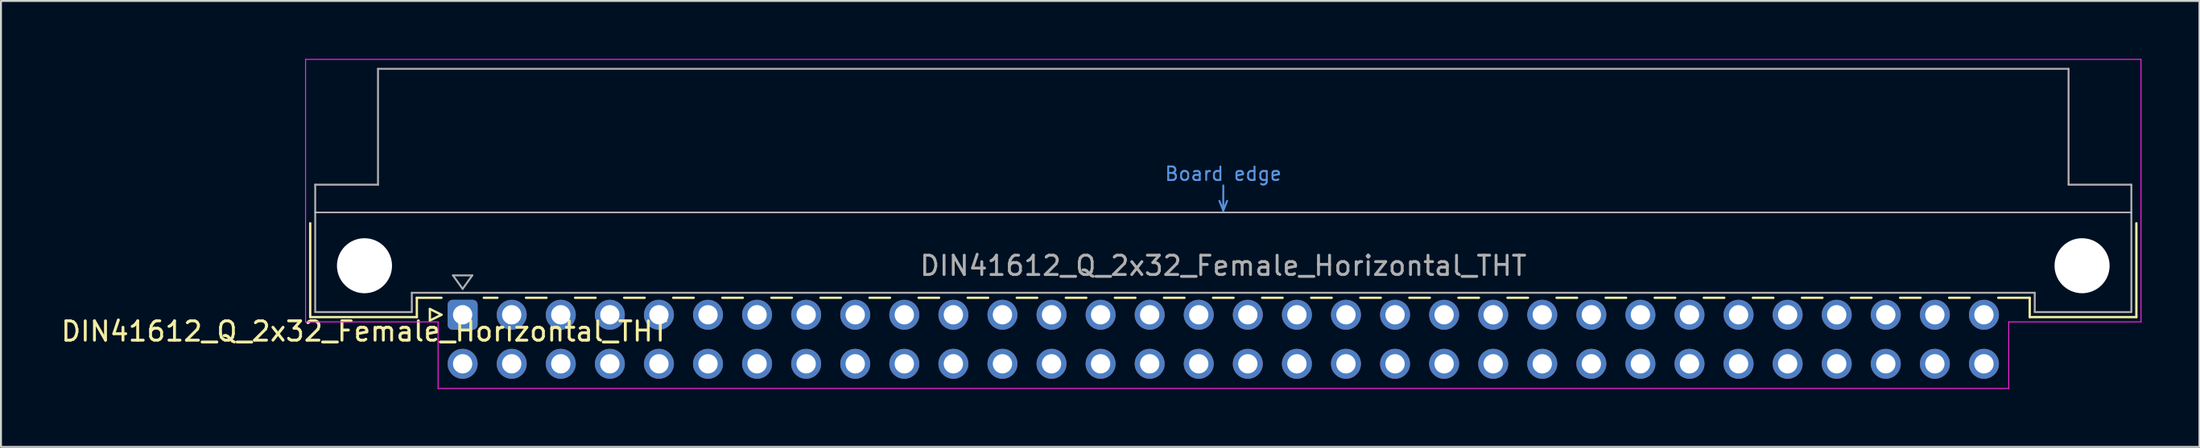
<source format=kicad_pcb>
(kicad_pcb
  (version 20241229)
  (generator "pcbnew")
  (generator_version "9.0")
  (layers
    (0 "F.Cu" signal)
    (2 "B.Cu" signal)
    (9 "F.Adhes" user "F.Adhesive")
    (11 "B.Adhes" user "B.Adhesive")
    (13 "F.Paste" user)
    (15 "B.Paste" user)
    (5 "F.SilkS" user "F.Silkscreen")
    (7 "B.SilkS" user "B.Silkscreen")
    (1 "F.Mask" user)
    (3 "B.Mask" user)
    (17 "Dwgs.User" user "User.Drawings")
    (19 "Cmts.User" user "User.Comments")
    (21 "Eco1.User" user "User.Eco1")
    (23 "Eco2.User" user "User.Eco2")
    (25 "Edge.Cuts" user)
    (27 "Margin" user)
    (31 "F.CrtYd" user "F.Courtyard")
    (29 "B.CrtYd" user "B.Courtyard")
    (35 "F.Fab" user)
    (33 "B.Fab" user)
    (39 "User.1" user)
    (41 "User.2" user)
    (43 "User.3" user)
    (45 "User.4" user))
  (footprint "DIN41612_Q_2x32_Female_Horizontal_THT"
    (layer "F.Cu")
    (at 20.895 13.255)
    (property "Reference" "DIN41612_Q_2x32_Female_Horizontal_THT" (at -5.08 0.86 0) (layer "F.SilkS") (effects (font (size 1 1) (thickness 0.15))))
    (attr through_hole)
    (fp_line (start -7.89 -4.74) (end -7.89 0.12) (stroke (width 0.12) (type solid)) (layer "F.SilkS"))
    (fp_line (start -7.89 0.12) (end -2.37 0.12) (stroke (width 0.12) (type solid)) (layer "F.SilkS"))
    (fp_line (start -2.371 -0.88) (end -1.095 -0.88) (stroke (width 0.12) (type solid)) (layer "F.SilkS"))
    (fp_line (start -2.37 0.12) (end -2.37 -0.88) (stroke (width 0.12) (type solid)) (layer "F.SilkS"))
    (fp_line (start -1.695 -0.3) (end -1.695 0.3) (stroke (width 0.12) (type solid)) (layer "F.SilkS"))
    (fp_line (start -1.695 0.3) (end -1.095 0) (stroke (width 0.12) (type solid)) (layer "F.SilkS"))
    (fp_line (start -1.095 0) (end -1.695 -0.3) (stroke (width 0.12) (type solid)) (layer "F.SilkS"))
    (fp_line (start 1.095 -0.88) (end 1.801 -0.88) (stroke (width 0.12) (type solid)) (layer "F.SilkS"))
    (fp_line (start 3.28 -0.88) (end 4.341 -0.88) (stroke (width 0.12) (type solid)) (layer "F.SilkS"))
    (fp_line (start 5.82 -0.88) (end 6.881 -0.88) (stroke (width 0.12) (type solid)) (layer "F.SilkS"))
    (fp_line (start 8.36 -0.88) (end 9.421 -0.88) (stroke (width 0.12) (type solid)) (layer "F.SilkS"))
    (fp_line (start 10.9 -0.88) (end 11.961 -0.88) (stroke (width 0.12) (type solid)) (layer "F.SilkS"))
    (fp_line (start 13.44 -0.88) (end 14.501 -0.88) (stroke (width 0.12) (type solid)) (layer "F.SilkS"))
    (fp_line (start 15.98 -0.88) (end 17.041 -0.88) (stroke (width 0.12) (type solid)) (layer "F.SilkS"))
    (fp_line (start 18.52 -0.88) (end 19.581 -0.88) (stroke (width 0.12) (type solid)) (layer "F.SilkS"))
    (fp_line (start 21.06 -0.88) (end 22.121 -0.88) (stroke (width 0.12) (type solid)) (layer "F.SilkS"))
    (fp_line (start 23.6 -0.88) (end 24.661 -0.88) (stroke (width 0.12) (type solid)) (layer "F.SilkS"))
    (fp_line (start 26.14 -0.88) (end 27.201 -0.88) (stroke (width 0.12) (type solid)) (layer "F.SilkS"))
    (fp_line (start 28.68 -0.88) (end 29.741 -0.88) (stroke (width 0.12) (type solid)) (layer "F.SilkS"))
    (fp_line (start 31.22 -0.88) (end 32.281 -0.88) (stroke (width 0.12) (type solid)) (layer "F.SilkS"))
    (fp_line (start 33.76 -0.88) (end 34.821 -0.88) (stroke (width 0.12) (type solid)) (layer "F.SilkS"))
    (fp_line (start 36.3 -0.88) (end 37.361 -0.88) (stroke (width 0.12) (type solid)) (layer "F.SilkS"))
    (fp_line (start 38.84 -0.88) (end 39.901 -0.88) (stroke (width 0.12) (type solid)) (layer "F.SilkS"))
    (fp_line (start 41.38 -0.88) (end 42.441 -0.88) (stroke (width 0.12) (type solid)) (layer "F.SilkS"))
    (fp_line (start 43.92 -0.88) (end 44.981 -0.88) (stroke (width 0.12) (type solid)) (layer "F.SilkS"))
    (fp_line (start 46.46 -0.88) (end 47.521 -0.88) (stroke (width 0.12) (type solid)) (layer "F.SilkS"))
    (fp_line (start 49 -0.88) (end 50.061 -0.88) (stroke (width 0.12) (type solid)) (layer "F.SilkS"))
    (fp_line (start 51.54 -0.88) (end 52.601 -0.88) (stroke (width 0.12) (type solid)) (layer "F.SilkS"))
    (fp_line (start 54.08 -0.88) (end 55.141 -0.88) (stroke (width 0.12) (type solid)) (layer "F.SilkS"))
    (fp_line (start 56.62 -0.88) (end 57.681 -0.88) (stroke (width 0.12) (type solid)) (layer "F.SilkS"))
    (fp_line (start 59.16 -0.88) (end 60.221 -0.88) (stroke (width 0.12) (type solid)) (layer "F.SilkS"))
    (fp_line (start 61.7 -0.88) (end 62.761 -0.88) (stroke (width 0.12) (type solid)) (layer "F.SilkS"))
    (fp_line (start 64.24 -0.88) (end 65.301 -0.88) (stroke (width 0.12) (type solid)) (layer "F.SilkS"))
    (fp_line (start 66.78 -0.88) (end 67.841 -0.88) (stroke (width 0.12) (type solid)) (layer "F.SilkS"))
    (fp_line (start 69.32 -0.88) (end 70.381 -0.88) (stroke (width 0.12) (type solid)) (layer "F.SilkS"))
    (fp_line (start 71.86 -0.88) (end 72.921 -0.88) (stroke (width 0.12) (type solid)) (layer "F.SilkS"))
    (fp_line (start 74.4 -0.88) (end 75.461 -0.88) (stroke (width 0.12) (type solid)) (layer "F.SilkS"))
    (fp_line (start 76.94 -0.88) (end 78.001 -0.88) (stroke (width 0.12) (type solid)) (layer "F.SilkS"))
    (fp_line (start 79.48 -0.88) (end 81.11 -0.88) (stroke (width 0.12) (type solid)) (layer "F.SilkS"))
    (fp_line (start 81.11 0.12) (end 81.11 -0.88) (stroke (width 0.12) (type solid)) (layer "F.SilkS"))
    (fp_line (start 86.63 -4.74) (end 86.63 0.12) (stroke (width 0.12) (type solid)) (layer "F.SilkS"))
    (fp_line (start 86.63 0.12) (end 81.11 0.12) (stroke (width 0.12) (type solid)) (layer "F.SilkS"))
    (fp_line (start -7.63 -5.3) (end 86.37 -5.3) (stroke (width 0.08) (type solid)) (layer "Dwgs.User"))
    (fp_line (start 39.17 -5.9) (end 39.37 -5.4) (stroke (width 0.1) (type solid)) (layer "Cmts.User"))
    (fp_line (start 39.37 -5.4) (end 39.37 -6.7) (stroke (width 0.1) (type solid)) (layer "Cmts.User"))
    (fp_line (start 39.37 -5.4) (end 39.57 -5.9) (stroke (width 0.1) (type solid)) (layer "Cmts.User"))
    (fp_line (start -8.13 -13.23) (end -8.13 0.37) (stroke (width 0.05) (type solid)) (layer "F.CrtYd"))
    (fp_line (start -8.13 0.37) (end -1.27 0.37) (stroke (width 0.05) (type solid)) (layer "F.CrtYd"))
    (fp_line (start -1.27 0.37) (end -1.27 3.82) (stroke (width 0.05) (type solid)) (layer "F.CrtYd"))
    (fp_line (start -1.27 3.82) (end 80.02 3.82) (stroke (width 0.05) (type solid)) (layer "F.CrtYd"))
    (fp_line (start 80.02 0.37) (end 86.87 0.37) (stroke (width 0.05) (type solid)) (layer "F.CrtYd"))
    (fp_line (start 80.02 3.82) (end 80.02 0.37) (stroke (width 0.05) (type solid)) (layer "F.CrtYd"))
    (fp_line (start 86.87 -13.23) (end -8.13 -13.23) (stroke (width 0.05) (type solid)) (layer "F.CrtYd"))
    (fp_line (start 86.87 0.37) (end 86.87 -13.23) (stroke (width 0.05) (type solid)) (layer "F.CrtYd"))
    (fp_line (start -7.63 -6.74) (end -7.63 -0.14) (stroke (width 0.1) (type solid)) (layer "F.Fab"))
    (fp_line (start -7.63 -0.14) (end -2.63 -0.14) (stroke (width 0.1) (type solid)) (layer "F.Fab"))
    (fp_line (start -4.38 -12.74) (end -4.38 -6.74) (stroke (width 0.1) (type solid)) (layer "F.Fab"))
    (fp_line (start -4.38 -6.74) (end -7.63 -6.74) (stroke (width 0.1) (type solid)) (layer "F.Fab"))
    (fp_line (start -2.63 -1.14) (end 81.37 -1.14) (stroke (width 0.1) (type solid)) (layer "F.Fab"))
    (fp_line (start -2.63 -0.14) (end -2.63 -1.14) (stroke (width 0.1) (type solid)) (layer "F.Fab"))
    (fp_line (start -0.5 -2.04) (end 0.5 -2.04) (stroke (width 0.1) (type solid)) (layer "F.Fab"))
    (fp_line (start 0 -1.34) (end -0.5 -2.04) (stroke (width 0.1) (type solid)) (layer "F.Fab"))
    (fp_line (start 0.5 -2.04) (end 0 -1.34) (stroke (width 0.1) (type solid)) (layer "F.Fab"))
    (fp_line (start 81.37 -1.14) (end 81.37 -0.14) (stroke (width 0.1) (type solid)) (layer "F.Fab"))
    (fp_line (start 81.37 -0.14) (end 86.37 -0.14) (stroke (width 0.1) (type solid)) (layer "F.Fab"))
    (fp_line (start 83.12 -12.74) (end -4.38 -12.74) (stroke (width 0.1) (type solid)) (layer "F.Fab"))
    (fp_line (start 83.12 -6.74) (end 83.12 -12.74) (stroke (width 0.1) (type solid)) (layer "F.Fab"))
    (fp_line (start 86.37 -6.74) (end 83.12 -6.74) (stroke (width 0.1) (type solid)) (layer "F.Fab"))
    (fp_line (start 86.37 -0.14) (end 86.37 -6.74) (stroke (width 0.1) (type solid)) (layer "F.Fab"))
    (fp_text user "Board edge" (at 39.37 -7.3 0) (layer "Cmts.User") (effects (font (size 0.7 0.7) (thickness 0.1))))
    (fp_text user "${REFERENCE}" (at 39.37 -2.54 0) (layer "F.Fab") (effects (font (size 1 1) (thickness 0.15))))
    (pad "" np_thru_hole circle (at -5.08 -2.54) (size 2.85 2.85) (drill 2.85) (layers "*.Cu" "*.Mask"))
    (pad "" np_thru_hole circle (at 83.82 -2.54) (size 2.85 2.85) (drill 2.85) (layers "*.Cu" "*.Mask"))
    (pad "a1" thru_hole roundrect (at 0 0) (size 1.55 1.55) (drill 1) (layers "*.Cu" "*.Mask") (roundrect_rratio 0.161))
    (pad "a2" thru_hole circle (at 2.54 0) (size 1.55 1.55) (drill 1) (layers "*.Cu" "*.Mask"))
    (pad "a3" thru_hole circle (at 5.08 0) (size 1.55 1.55) (drill 1) (layers "*.Cu" "*.Mask"))
    (pad "a4" thru_hole circle (at 7.62 0) (size 1.55 1.55) (drill 1) (layers "*.Cu" "*.Mask"))
    (pad "a5" thru_hole circle (at 10.16 0) (size 1.55 1.55) (drill 1) (layers "*.Cu" "*.Mask"))
    (pad "a6" thru_hole circle (at 12.7 0) (size 1.55 1.55) (drill 1) (layers "*.Cu" "*.Mask"))
    (pad "a7" thru_hole circle (at 15.24 0) (size 1.55 1.55) (drill 1) (layers "*.Cu" "*.Mask"))
    (pad "a8" thru_hole circle (at 17.78 0) (size 1.55 1.55) (drill 1) (layers "*.Cu" "*.Mask"))
    (pad "a9" thru_hole circle (at 20.32 0) (size 1.55 1.55) (drill 1) (layers "*.Cu" "*.Mask"))
    (pad "a10" thru_hole circle (at 22.86 0) (size 1.55 1.55) (drill 1) (layers "*.Cu" "*.Mask"))
    (pad "a11" thru_hole circle (at 25.4 0) (size 1.55 1.55) (drill 1) (layers "*.Cu" "*.Mask"))
    (pad "a12" thru_hole circle (at 27.94 0) (size 1.55 1.55) (drill 1) (layers "*.Cu" "*.Mask"))
    (pad "a13" thru_hole circle (at 30.48 0) (size 1.55 1.55) (drill 1) (layers "*.Cu" "*.Mask"))
    (pad "a14" thru_hole circle (at 33.02 0) (size 1.55 1.55) (drill 1) (layers "*.Cu" "*.Mask"))
    (pad "a15" thru_hole circle (at 35.56 0) (size 1.55 1.55) (drill 1) (layers "*.Cu" "*.Mask"))
    (pad "a16" thru_hole circle (at 38.1 0) (size 1.55 1.55) (drill 1) (layers "*.Cu" "*.Mask"))
    (pad "a17" thru_hole circle (at 40.64 0) (size 1.55 1.55) (drill 1) (layers "*.Cu" "*.Mask"))
    (pad "a18" thru_hole circle (at 43.18 0) (size 1.55 1.55) (drill 1) (layers "*.Cu" "*.Mask"))
    (pad "a19" thru_hole circle (at 45.72 0) (size 1.55 1.55) (drill 1) (layers "*.Cu" "*.Mask"))
    (pad "a20" thru_hole circle (at 48.26 0) (size 1.55 1.55) (drill 1) (layers "*.Cu" "*.Mask"))
    (pad "a21" thru_hole circle (at 50.8 0) (size 1.55 1.55) (drill 1) (layers "*.Cu" "*.Mask"))
    (pad "a22" thru_hole circle (at 53.34 0) (size 1.55 1.55) (drill 1) (layers "*.Cu" "*.Mask"))
    (pad "a23" thru_hole circle (at 55.88 0) (size 1.55 1.55) (drill 1) (layers "*.Cu" "*.Mask"))
    (pad "a24" thru_hole circle (at 58.42 0) (size 1.55 1.55) (drill 1) (layers "*.Cu" "*.Mask"))
    (pad "a25" thru_hole circle (at 60.96 0) (size 1.55 1.55) (drill 1) (layers "*.Cu" "*.Mask"))
    (pad "a26" thru_hole circle (at 63.5 0) (size 1.55 1.55) (drill 1) (layers "*.Cu" "*.Mask"))
    (pad "a27" thru_hole circle (at 66.04 0) (size 1.55 1.55) (drill 1) (layers "*.Cu" "*.Mask"))
    (pad "a28" thru_hole circle (at 68.58 0) (size 1.55 1.55) (drill 1) (layers "*.Cu" "*.Mask"))
    (pad "a29" thru_hole circle (at 71.12 0) (size 1.55 1.55) (drill 1) (layers "*.Cu" "*.Mask"))
    (pad "a30" thru_hole circle (at 73.66 0) (size 1.55 1.55) (drill 1) (layers "*.Cu" "*.Mask"))
    (pad "a31" thru_hole circle (at 76.2 0) (size 1.55 1.55) (drill 1) (layers "*.Cu" "*.Mask"))
    (pad "a32" thru_hole circle (at 78.74 0) (size 1.55 1.55) (drill 1) (layers "*.Cu" "*.Mask"))
    (pad "b1" thru_hole circle (at 0 2.54) (size 1.55 1.55) (drill 1) (layers "*.Cu" "*.Mask"))
    (pad "b2" thru_hole circle (at 2.54 2.54) (size 1.55 1.55) (drill 1) (layers "*.Cu" "*.Mask"))
    (pad "b3" thru_hole circle (at 5.08 2.54) (size 1.55 1.55) (drill 1) (layers "*.Cu" "*.Mask"))
    (pad "b4" thru_hole circle (at 7.62 2.54) (size 1.55 1.55) (drill 1) (layers "*.Cu" "*.Mask"))
    (pad "b5" thru_hole circle (at 10.16 2.54) (size 1.55 1.55) (drill 1) (layers "*.Cu" "*.Mask"))
    (pad "b6" thru_hole circle (at 12.7 2.54) (size 1.55 1.55) (drill 1) (layers "*.Cu" "*.Mask"))
    (pad "b7" thru_hole circle (at 15.24 2.54) (size 1.55 1.55) (drill 1) (layers "*.Cu" "*.Mask"))
    (pad "b8" thru_hole circle (at 17.78 2.54) (size 1.55 1.55) (drill 1) (layers "*.Cu" "*.Mask"))
    (pad "b9" thru_hole circle (at 20.32 2.54) (size 1.55 1.55) (drill 1) (layers "*.Cu" "*.Mask"))
    (pad "b10" thru_hole circle (at 22.86 2.54) (size 1.55 1.55) (drill 1) (layers "*.Cu" "*.Mask"))
    (pad "b11" thru_hole circle (at 25.4 2.54) (size 1.55 1.55) (drill 1) (layers "*.Cu" "*.Mask"))
    (pad "b12" thru_hole circle (at 27.94 2.54) (size 1.55 1.55) (drill 1) (layers "*.Cu" "*.Mask"))
    (pad "b13" thru_hole circle (at 30.48 2.54) (size 1.55 1.55) (drill 1) (layers "*.Cu" "*.Mask"))
    (pad "b14" thru_hole circle (at 33.02 2.54) (size 1.55 1.55) (drill 1) (layers "*.Cu" "*.Mask"))
    (pad "b15" thru_hole circle (at 35.56 2.54) (size 1.55 1.55) (drill 1) (layers "*.Cu" "*.Mask"))
    (pad "b16" thru_hole circle (at 38.1 2.54) (size 1.55 1.55) (drill 1) (layers "*.Cu" "*.Mask"))
    (pad "b17" thru_hole circle (at 40.64 2.54) (size 1.55 1.55) (drill 1) (layers "*.Cu" "*.Mask"))
    (pad "b18" thru_hole circle (at 43.18 2.54) (size 1.55 1.55) (drill 1) (layers "*.Cu" "*.Mask"))
    (pad "b19" thru_hole circle (at 45.72 2.54) (size 1.55 1.55) (drill 1) (layers "*.Cu" "*.Mask"))
    (pad "b20" thru_hole circle (at 48.26 2.54) (size 1.55 1.55) (drill 1) (layers "*.Cu" "*.Mask"))
    (pad "b21" thru_hole circle (at 50.8 2.54) (size 1.55 1.55) (drill 1) (layers "*.Cu" "*.Mask"))
    (pad "b22" thru_hole circle (at 53.34 2.54) (size 1.55 1.55) (drill 1) (layers "*.Cu" "*.Mask"))
    (pad "b23" thru_hole circle (at 55.88 2.54) (size 1.55 1.55) (drill 1) (layers "*.Cu" "*.Mask"))
    (pad "b24" thru_hole circle (at 58.42 2.54) (size 1.55 1.55) (drill 1) (layers "*.Cu" "*.Mask"))
    (pad "b25" thru_hole circle (at 60.96 2.54) (size 1.55 1.55) (drill 1) (layers "*.Cu" "*.Mask"))
    (pad "b26" thru_hole circle (at 63.5 2.54) (size 1.55 1.55) (drill 1) (layers "*.Cu" "*.Mask"))
    (pad "b27" thru_hole circle (at 66.04 2.54) (size 1.55 1.55) (drill 1) (layers "*.Cu" "*.Mask"))
    (pad "b28" thru_hole circle (at 68.58 2.54) (size 1.55 1.55) (drill 1) (layers "*.Cu" "*.Mask"))
    (pad "b29" thru_hole circle (at 71.12 2.54) (size 1.55 1.55) (drill 1) (layers "*.Cu" "*.Mask"))
    (pad "b30" thru_hole circle (at 73.66 2.54) (size 1.55 1.55) (drill 1) (layers "*.Cu" "*.Mask"))
    (pad "b31" thru_hole circle (at 76.2 2.54) (size 1.55 1.55) (drill 1) (layers "*.Cu" "*.Mask"))
    (pad "b32" thru_hole circle (at 78.74 2.54) (size 1.55 1.55) (drill 1) (layers "*.Cu" "*.Mask")))
  (gr_rect
    (start -3 -3)
    (end 110.79 20.1)
    (stroke (width 0.1) (type default))
    (fill no)
    (layer "Edge.Cuts")))
</source>
